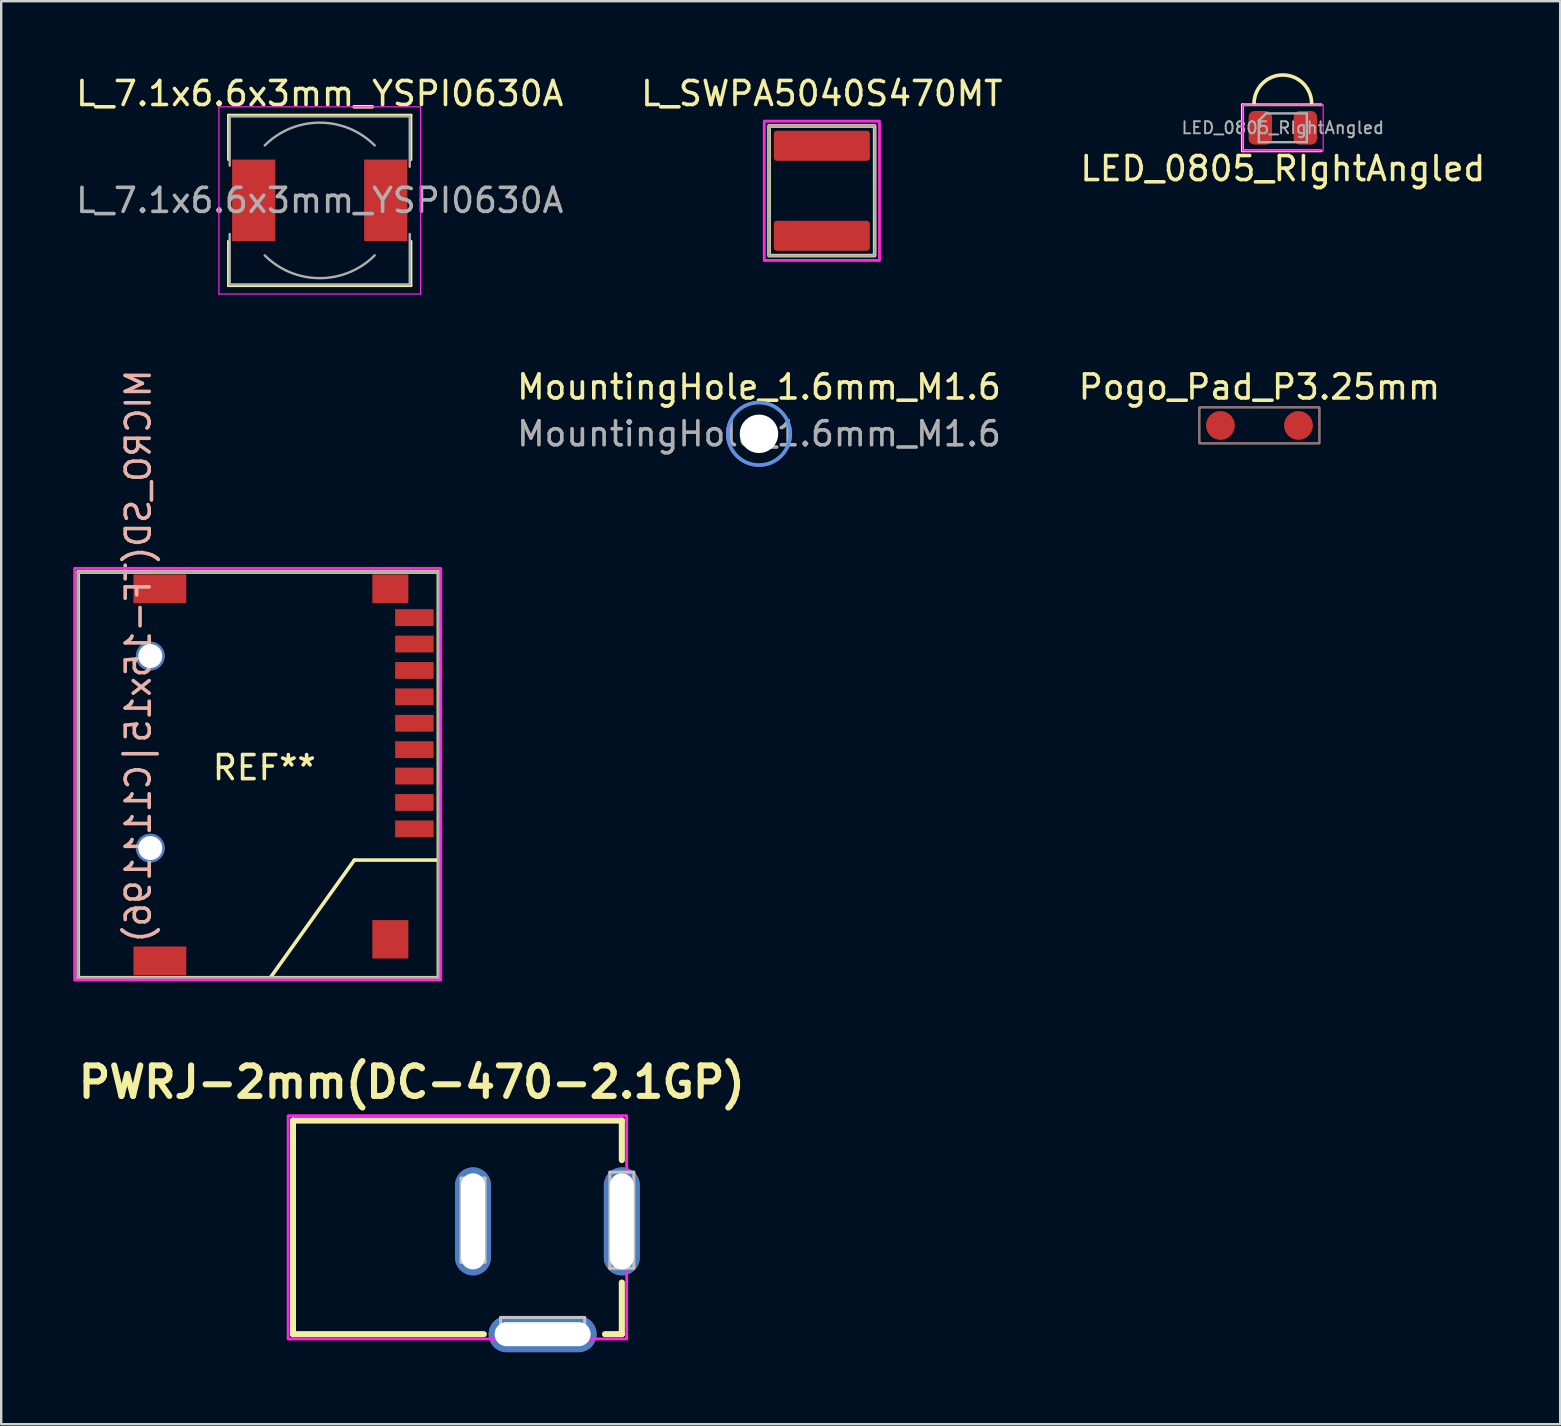
<source format=kicad_pcb>
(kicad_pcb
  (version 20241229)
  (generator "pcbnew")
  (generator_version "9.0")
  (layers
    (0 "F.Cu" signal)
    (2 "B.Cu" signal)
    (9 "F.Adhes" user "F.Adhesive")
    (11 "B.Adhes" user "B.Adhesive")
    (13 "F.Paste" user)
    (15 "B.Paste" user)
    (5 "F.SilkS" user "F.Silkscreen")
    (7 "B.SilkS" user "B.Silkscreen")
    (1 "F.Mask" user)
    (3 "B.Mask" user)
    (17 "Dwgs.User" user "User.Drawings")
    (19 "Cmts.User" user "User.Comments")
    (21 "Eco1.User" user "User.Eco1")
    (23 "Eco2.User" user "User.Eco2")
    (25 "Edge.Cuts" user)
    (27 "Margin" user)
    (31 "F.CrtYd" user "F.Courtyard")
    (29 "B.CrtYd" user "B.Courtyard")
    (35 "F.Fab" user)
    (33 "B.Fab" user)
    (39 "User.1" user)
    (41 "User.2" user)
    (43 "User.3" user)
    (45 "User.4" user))
  (footprint "MICRO_SD(TF-15x15|C111196)"
    (layer "F.Cu")
    (at 3.21 24.277)
    (property "Reference" "MICRO_SD(TF-15x15|C111196)" (at -0.5 0 90) (layer "B.SilkS") (effects (font (size 1 1) (thickness 0.15)) (justify mirror)))
    (attr through_hole)
    (fp_line (start -3 -3.5) (end -3 13.4) (stroke (width 0.15) (type solid)) (layer "F.SilkS"))
    (fp_line (start 8.5 8.5) (end 5 13.4) (stroke (width 0.15) (type solid)) (layer "F.SilkS"))
    (fp_line (start 12 -3.5) (end -3 -3.5) (stroke (width 0.15) (type solid)) (layer "F.SilkS"))
    (fp_line (start 12 8.5) (end 8.5 8.5) (stroke (width 0.15) (type solid)) (layer "F.SilkS"))
    (fp_line (start 12 13.4) (end -3 13.4) (stroke (width 0.15) (type solid)) (layer "F.SilkS"))
    (fp_line (start 12 13.4) (end 12 -3.5) (stroke (width 0.15) (type solid)) (layer "F.SilkS"))
    (fp_rect (start 12.1 13.5) (end -3.15 -3.65) (stroke (width 0.12) (type solid)) (fill no) (layer "F.CrtYd"))
    (fp_rect (start -3 -3.5) (end 12 13.4) (stroke (width 0.1) (type solid)) (fill no) (layer "F.Fab"))
    (fp_text user "REF**" (at 4.75 4.65 0) (unlocked yes) (layer "F.SilkS") (effects (font (size 1 1) (thickness 0.15))))
    (pad "" np_thru_hole circle (at 0 0 90) (size 1.2 1.2) (drill 1) (layers "*.Cu" "*.Mask"))
    (pad "" np_thru_hole circle (at 0 8 90) (size 1.2 1.2) (drill 1) (layers "*.Cu" "*.Mask"))
    (pad "0" smd rect (at 0.4 -2.8 90) (size 1.2 2.2) (layers "F.Cu" "F.Mask" "F.Paste"))
    (pad "0" smd rect (at 0.4 12.7 90) (size 1.2 2.2) (layers "F.Cu" "F.Mask" "F.Paste"))
    (pad "0" smd rect (at 10 -2.8 90) (size 1.2 1.5) (layers "F.Cu" "F.Mask" "F.Paste"))
    (pad "0" smd rect (at 10 11.8 90) (size 1.6 1.5) (layers "F.Cu" "F.Mask" "F.Paste"))
    (pad "0" smd rect (at 11 -1.6 180) (size 1.6 0.7) (layers "F.Cu" "F.Mask" "F.Paste"))
    (pad "1" smd rect (at 11 7.2 270) (size 0.7 1.6) (layers "F.Cu" "F.Mask" "F.Paste"))
    (pad "2" smd rect (at 11 6.1 270) (size 0.7 1.6) (layers "F.Cu" "F.Mask" "F.Paste"))
    (pad "3" smd rect (at 11 5 270) (size 0.7 1.6) (layers "F.Cu" "F.Mask" "F.Paste"))
    (pad "4" smd rect (at 11 3.9 270) (size 0.7 1.6) (layers "F.Cu" "F.Mask" "F.Paste"))
    (pad "5" smd rect (at 11 2.8 270) (size 0.7 1.6) (layers "F.Cu" "F.Mask" "F.Paste"))
    (pad "6" smd rect (at 11 1.7 270) (size 0.7 1.6) (layers "F.Cu" "F.Mask" "F.Paste"))
    (pad "7" smd rect (at 11 0.6 270) (size 0.7 1.6) (layers "F.Cu" "F.Mask" "F.Paste"))
    (pad "8" smd rect (at 11 -0.5 270) (size 0.7 1.6) (layers "F.Cu" "F.Mask" "F.Paste")))
  (footprint "L_SWPA5040S470MT"
    (layer "F.Cu")
    (at 31.185 4.898)
    (property "Reference" "L_SWPA5040S470MT" (at 0 -4.05 0) (unlocked yes) (layer "F.SilkS") (effects (font (size 1 1) (thickness 0.15))))
    (attr smd)
    (fp_rect (start -2.2 -2.7) (end 2.2 2.7) (stroke (width 0.15) (type solid)) (fill no) (layer "F.SilkS"))
    (fp_rect (start -2.4 -2.9) (end 2.4 2.9) (stroke (width 0.12) (type solid)) (fill no) (layer "F.CrtYd"))
    (fp_rect (start -2.2 -2.7) (end 2.2 2.7) (stroke (width 0.1) (type solid)) (fill no) (layer "F.Fab"))
    (pad "1" smd roundrect (at 0 -1.875) (size 4 1.25) (layers "F.Cu" "F.Mask" "F.Paste") (roundrect_rratio 0.098))
    (pad "2" smd roundrect (at 0 1.875) (size 4 1.25) (layers "F.Cu" "F.Mask" "F.Paste") (roundrect_rratio 0.098)))
  (footprint "PWRJ-2mm(DC-470-2.1GP)"
    (layer "F.Cu")
    (at 22.853 52.526)
    (property "Reference" "PWRJ-2mm(DC-470-2.1GP)" (at -8.75 -10.5 0) (layer "F.SilkS") (effects (font (size 1.27 1.27) (thickness 0.254))))
    (attr smd)
    (fp_line (start -13.7 -8.9) (end -13.7 0) (stroke (width 0.254) (type solid)) (layer "F.SilkS"))
    (fp_line (start -13.7 0) (end -5.75 0) (stroke (width 0.254) (type solid)) (layer "F.SilkS"))
    (fp_line (start 0 -8.9) (end -13.7 -8.9) (stroke (width 0.254) (type solid)) (layer "F.SilkS"))
    (fp_line (start 0 -8.9) (end 0 -7.254) (stroke (width 0.254) (type solid)) (layer "F.SilkS"))
    (fp_line (start 0 0) (end -0.7 0) (stroke (width 0.254) (type solid)) (layer "F.SilkS"))
    (fp_line (start 0 0) (end 0 -2.15) (stroke (width 0.254) (type solid)) (layer "F.SilkS"))
    (fp_line (start -6.698 -6.5) (end -6.698 -3) (stroke (width 0.127) (type solid)) (layer "Dwgs.User"))
    (fp_line (start -6.698 -3) (end -5.7 -3) (stroke (width 0.127) (type solid)) (layer "Dwgs.User"))
    (fp_line (start -5.7 -6.5) (end -6.698 -6.5) (stroke (width 0.127) (type solid)) (layer "Dwgs.User"))
    (fp_line (start -5.7 -3) (end -5.7 -6.5) (stroke (width 0.127) (type solid)) (layer "Dwgs.User"))
    (fp_line (start -5.05 -0.696) (end -5.05 0.3) (stroke (width 0.127) (type solid)) (layer "Dwgs.User"))
    (fp_line (start -5.05 0.3) (end -1.55 0.3) (stroke (width 0.127) (type solid)) (layer "Dwgs.User"))
    (fp_line (start -1.55 -0.696) (end -5.05 -0.696) (stroke (width 0.127) (type solid)) (layer "Dwgs.User"))
    (fp_line (start -1.55 0.3) (end -1.55 -0.696) (stroke (width 0.127) (type solid)) (layer "Dwgs.User"))
    (fp_line (start -0.498 -6.749) (end -0.498 -2.748) (stroke (width 0.127) (type solid)) (layer "Dwgs.User"))
    (fp_line (start -0.498 -2.748) (end 0.498 -2.748) (stroke (width 0.127) (type solid)) (layer "Dwgs.User"))
    (fp_line (start 0.498 -6.749) (end -0.498 -6.749) (stroke (width 0.127) (type solid)) (layer "Dwgs.User"))
    (fp_line (start 0.498 -2.748) (end 0.498 -6.749) (stroke (width 0.127) (type solid)) (layer "Dwgs.User"))
    (fp_rect (start 0.2 0.2) (end -13.9 -9.1) (stroke (width 0.12) (type solid)) (fill no) (layer "F.CrtYd"))
    (pad "1" thru_hole oval (at 0 -4.7) (size 1.5 4.5) (drill oval 1 4) (layers "*.Cu" "*.Mask"))
    (pad "2" thru_hole oval (at -6.2 -4.7) (size 1.5 4.5) (drill oval 1 4) (layers "*.Cu" "*.Mask"))
    (pad "3" thru_hole oval (at -3.3 0 180) (size 4.5 1.5) (drill oval 4 1) (layers "*.Cu" "*.Mask")))
  (footprint "MountingHole_1.6mm_M1.6"
    (layer "F.Cu")
    (at 28.566 15.021)
    (property "Reference" "MountingHole_1.6mm_M1.6" (at 0 -1.95 0) (layer "F.SilkS") (effects (font (size 1 1) (thickness 0.15))))
    (attr exclude_from_pos_files exclude_from_bom)
    (fp_circle (center 0 0) (end 1.3 0) (stroke (width 0.15) (type solid)) (fill no) (layer "Cmts.User"))
    (fp_circle (center 0 0) (end 1.35 0) (stroke (width 0.05) (type solid)) (fill no) (layer "F.CrtYd"))
    (fp_text user "${REFERENCE}" (at 0 0 0) (layer "F.Fab") (effects (font (size 1 1) (thickness 0.15))))
    (pad "" np_thru_hole circle (at 0 0) (size 1.6 1.6) (drill 1.6) (layers "*.Cu" "*.Mask")))
  (footprint "Pogo_Pad_P3.25mm"
    (layer "F.Cu")
    (at 49.412 14.671)
    (property "Reference" "Pogo_Pad_P3.25mm" (at 0 -1.6 0) (unlocked yes) (layer "F.SilkS") (effects (font (size 1 1) (thickness 0.15))))
    (attr smd)
    (fp_rect (start -2.5 -0.75) (end 2.5 0.75) (stroke (width 0.075) (type solid)) (fill no) (layer "F.SilkS"))
    (fp_rect (start -2.5 -0.75) (end 2.5 0.75) (stroke (width 0.05) (type solid)) (fill no) (layer "F.CrtYd"))
    (pad "1" smd circle (at -1.625 0 180) (size 1.2 1.2) (layers "F.Cu" "F.Mask"))
    (pad "2" smd circle (at 1.625 0 180) (size 1.2 1.2) (layers "F.Cu" "F.Mask")))
  (footprint "L_7.1x6.6x3mm_YSPI0630A"
    (layer "F.Cu")
    (at 10.268 5.298)
    (property "Reference" "L_7.1x6.6x3mm_YSPI0630A" (at 0 -4.45 0) (layer "F.SilkS") (effects (font (size 1 1) (thickness 0.15))))
    (attr smd)
    (fp_line (start -3.8 -3.55) (end 3.8 -3.55) (stroke (width 0.12) (type solid)) (layer "F.SilkS"))
    (fp_line (start -3.8 -1.7) (end -3.8 -3.55) (stroke (width 0.12) (type solid)) (layer "F.SilkS"))
    (fp_line (start -3.8 3.55) (end -3.8 1.7) (stroke (width 0.12) (type solid)) (layer "F.SilkS"))
    (fp_line (start 3.8 -3.55) (end 3.8 -1.7) (stroke (width 0.12) (type solid)) (layer "F.SilkS"))
    (fp_line (start 3.8 1.7) (end 3.8 3.55) (stroke (width 0.12) (type solid)) (layer "F.SilkS"))
    (fp_line (start 3.8 3.55) (end -3.8 3.55) (stroke (width 0.12) (type solid)) (layer "F.SilkS"))
    (fp_line (start -4.2 -3.9) (end -4.2 3.9) (stroke (width 0.05) (type solid)) (layer "F.CrtYd"))
    (fp_line (start -4.2 3.9) (end 4.2 3.9) (stroke (width 0.05) (type solid)) (layer "F.CrtYd"))
    (fp_line (start 4.2 -3.9) (end -4.2 -3.9) (stroke (width 0.05) (type solid)) (layer "F.CrtYd"))
    (fp_line (start 4.2 3.9) (end 4.2 -3.9) (stroke (width 0.05) (type solid)) (layer "F.CrtYd"))
    (fp_line (start -3.75 -3.5) (end -3.75 -1.45) (stroke (width 0.1) (type solid)) (layer "F.Fab"))
    (fp_line (start -3.75 -3.5) (end 3.75 -3.5) (stroke (width 0.1) (type solid)) (layer "F.Fab"))
    (fp_line (start -3.75 3.5) (end -3.75 1.4) (stroke (width 0.1) (type solid)) (layer "F.Fab"))
    (fp_line (start 3.75 -3.5) (end 3.75 -1.4) (stroke (width 0.1) (type solid)) (layer "F.Fab"))
    (fp_line (start 3.75 3.5) (end -3.75 3.5) (stroke (width 0.1) (type solid)) (layer "F.Fab"))
    (fp_line (start 3.75 3.5) (end 3.75 1.4) (stroke (width 0.1) (type solid)) (layer "F.Fab"))
    (fp_arc (start -2.29 -2.29) (mid 0 -3.238549) (end 2.29 -2.29) (stroke (width 0.1) (type solid)) (layer "F.Fab"))
    (fp_arc (start 2.29 2.29) (mid 0 3.238549) (end -2.29 2.29) (stroke (width 0.1) (type solid)) (layer "F.Fab"))
    (fp_text user "${REFERENCE}" (at 0 0 0) (layer "F.Fab") (effects (font (size 1 1) (thickness 0.15))))
    (pad "1" smd rect (at -2.75 0) (size 1.8 3.4) (layers "F.Cu" "F.Mask" "F.Paste"))
    (pad "2" smd rect (at 2.75 0) (size 1.8 3.4) (layers "F.Cu" "F.Mask" "F.Paste")))
  (footprint "LED_0805_RIghtAngled"
    (layer "F.Cu")
    (at 50.387 2.274)
    (property "Reference" "LED_0805_RIghtAngled" (at 0 1.7 0) (layer "F.SilkS") (effects (font (size 1 1) (thickness 0.15))))
    (attr smd)
    (fp_line (start -1.685 -0.96) (end -1.685 0.96) (stroke (width 0.12) (type solid)) (layer "F.SilkS"))
    (fp_line (start -1.685 0.96) (end 1.6 0.96) (stroke (width 0.12) (type solid)) (layer "F.SilkS"))
    (fp_line (start 1.6 -0.96) (end -1.685 -0.96) (stroke (width 0.12) (type solid)) (layer "F.SilkS"))
    (fp_arc (start -1.2 -1) (mid 0 -2.199321) (end 1.2 -1) (stroke (width 0.15) (type solid)) (layer "F.SilkS"))
    (fp_line (start -1.68 -0.95) (end 1.68 -0.95) (stroke (width 0.05) (type solid)) (layer "F.CrtYd"))
    (fp_line (start -1.68 0.95) (end -1.68 -0.95) (stroke (width 0.05) (type solid)) (layer "F.CrtYd"))
    (fp_line (start 1.68 -0.95) (end 1.68 0.95) (stroke (width 0.05) (type solid)) (layer "F.CrtYd"))
    (fp_line (start 1.68 0.95) (end -1.68 0.95) (stroke (width 0.05) (type solid)) (layer "F.CrtYd"))
    (fp_line (start -1 -0.3) (end -1 0.6) (stroke (width 0.1) (type solid)) (layer "F.Fab"))
    (fp_line (start -1 0.6) (end 1 0.6) (stroke (width 0.1) (type solid)) (layer "F.Fab"))
    (fp_line (start -0.7 -0.6) (end -1 -0.3) (stroke (width 0.1) (type solid)) (layer "F.Fab"))
    (fp_line (start 1 -0.6) (end -0.7 -0.6) (stroke (width 0.1) (type solid)) (layer "F.Fab"))
    (fp_line (start 1 0.6) (end 1 -0.6) (stroke (width 0.1) (type solid)) (layer "F.Fab"))
    (fp_text user "${REFERENCE}" (at 0 0 0) (layer "F.Fab") (effects (font (size 0.5 0.5) (thickness 0.08))))
    (pad "1" smd roundrect (at -0.938 0) (size 0.975 1.4) (layers "F.Cu" "F.Mask" "F.Paste") (roundrect_rratio 0.25))
    (pad "2" smd roundrect (at 0.938 0) (size 0.975 1.4) (layers "F.Cu" "F.Mask" "F.Paste") (roundrect_rratio 0.25)))
  (gr_rect
    (start -3 -3)
    (end 61.94 56.276)
    (stroke (width 0.1) (type default))
    (fill no)
    (layer "Edge.Cuts")))
</source>
